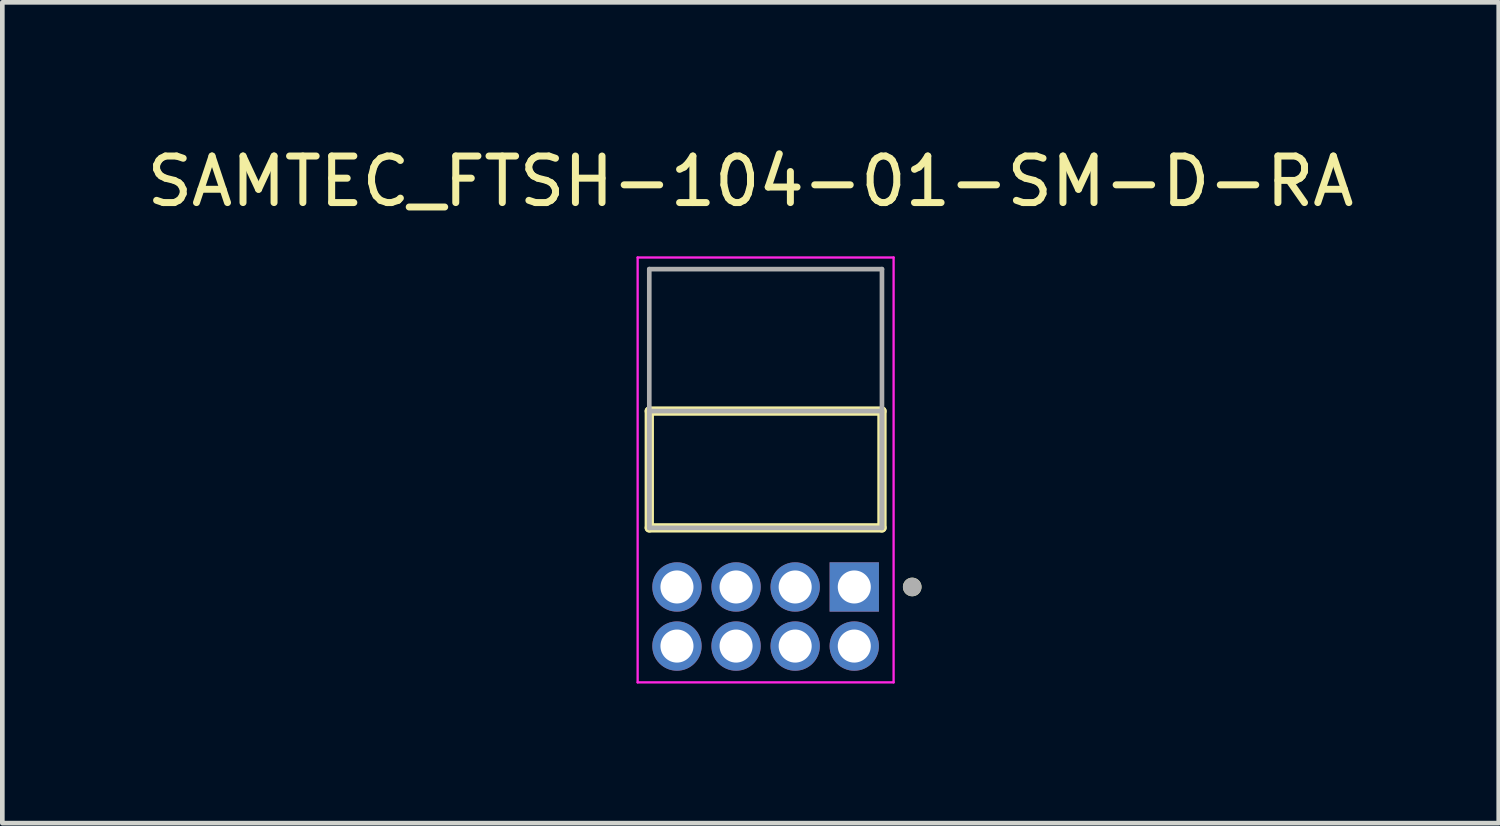
<source format=kicad_pcb>
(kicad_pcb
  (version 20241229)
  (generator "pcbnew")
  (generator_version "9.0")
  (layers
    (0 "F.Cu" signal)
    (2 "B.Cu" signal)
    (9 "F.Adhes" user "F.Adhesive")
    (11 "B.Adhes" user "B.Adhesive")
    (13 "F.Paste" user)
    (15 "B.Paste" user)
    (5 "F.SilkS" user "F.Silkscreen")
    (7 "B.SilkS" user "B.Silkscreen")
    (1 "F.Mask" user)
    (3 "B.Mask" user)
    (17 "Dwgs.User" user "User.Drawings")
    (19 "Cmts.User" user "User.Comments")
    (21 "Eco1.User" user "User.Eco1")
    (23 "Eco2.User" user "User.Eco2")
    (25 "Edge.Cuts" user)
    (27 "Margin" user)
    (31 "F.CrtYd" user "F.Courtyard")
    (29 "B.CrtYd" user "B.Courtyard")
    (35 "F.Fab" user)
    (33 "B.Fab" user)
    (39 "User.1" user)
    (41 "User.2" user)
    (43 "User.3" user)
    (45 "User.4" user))
  (footprint "SAMTEC_FTSH-104-01-SM-D-RA"
    (layer "F.Cu")
    (at 15.307 9.563)
    (property "Reference" "SAMTEC_FTSH-104-01-SM-D-RA" (at -2.23 -8.715 0) (layer "F.SilkS") (effects (font (size 1 1) (thickness 0.15))))
    (attr through_hole)
    (fp_line (start -4.405 -1.27) (end -4.405 -3.78) (stroke (width 0.2) (type solid)) (layer "F.SilkS"))
    (fp_line (start 0.595 -3.78) (end -4.405 -3.78) (stroke (width 0.2) (type solid)) (layer "F.SilkS"))
    (fp_line (start 0.595 -3.78) (end 0.595 -1.27) (stroke (width 0.2) (type solid)) (layer "F.SilkS"))
    (fp_line (start 0.595 -1.27) (end -4.405 -1.27) (stroke (width 0.2) (type solid)) (layer "F.SilkS"))
    (fp_circle (center 1.245 0) (end 1.345 0) (stroke (width 0.2) (type solid)) (fill no) (layer "F.SilkS"))
    (fp_line (start -4.655 -7.08) (end 0.845 -7.08) (stroke (width 0.05) (type solid)) (layer "F.CrtYd"))
    (fp_line (start -4.655 2.05) (end -4.655 -7.08) (stroke (width 0.05) (type solid)) (layer "F.CrtYd"))
    (fp_line (start 0.845 -7.08) (end 0.845 2.05) (stroke (width 0.05) (type solid)) (layer "F.CrtYd"))
    (fp_line (start 0.845 2.05) (end -4.655 2.05) (stroke (width 0.05) (type solid)) (layer "F.CrtYd"))
    (fp_line (start -4.405 -6.83) (end 0.595 -6.83) (stroke (width 0.1) (type solid)) (layer "F.Fab"))
    (fp_line (start -4.405 -3.78) (end 0.595 -3.78) (stroke (width 0.1) (type solid)) (layer "F.Fab"))
    (fp_line (start -4.405 -1.27) (end -4.405 -6.83) (stroke (width 0.1) (type solid)) (layer "F.Fab"))
    (fp_line (start -4.405 -1.27) (end -4.405 -3.78) (stroke (width 0.1) (type solid)) (layer "F.Fab"))
    (fp_line (start 0.595 -6.83) (end 0.595 -1.27) (stroke (width 0.1) (type solid)) (layer "F.Fab"))
    (fp_line (start 0.595 -3.78) (end 0.595 -1.27) (stroke (width 0.1) (type solid)) (layer "F.Fab"))
    (fp_line (start 0.595 -1.27) (end -4.405 -1.27) (stroke (width 0.1) (type solid)) (layer "F.Fab"))
    (fp_circle (center 1.245 0) (end 1.345 0) (stroke (width 0.2) (type solid)) (fill no) (layer "F.Fab"))
    (pad "01" thru_hole rect (at 0 0) (size 1.06 1.06) (drill 0.71) (layers "*.Cu" "*.Mask"))
    (pad "02" thru_hole circle (at 0 1.27) (size 1.06 1.06) (drill 0.71) (layers "*.Cu" "*.Mask"))
    (pad "03" thru_hole circle (at -1.27 0) (size 1.06 1.06) (drill 0.71) (layers "*.Cu" "*.Mask"))
    (pad "04" thru_hole circle (at -1.27 1.27) (size 1.06 1.06) (drill 0.71) (layers "*.Cu" "*.Mask"))
    (pad "05" thru_hole circle (at -2.54 0) (size 1.06 1.06) (drill 0.71) (layers "*.Cu" "*.Mask"))
    (pad "06" thru_hole circle (at -2.54 1.27) (size 1.06 1.06) (drill 0.71) (layers "*.Cu" "*.Mask"))
    (pad "07" thru_hole circle (at -3.81 0) (size 1.06 1.06) (drill 0.71) (layers "*.Cu" "*.Mask"))
    (pad "08" thru_hole circle (at -3.81 1.27) (size 1.06 1.06) (drill 0.71) (layers "*.Cu" "*.Mask")))
  (gr_rect
    (start -3 -3)
    (end 29.155 14.638)
    (stroke (width 0.1) (type default))
    (fill no)
    (layer "Edge.Cuts")))
</source>
